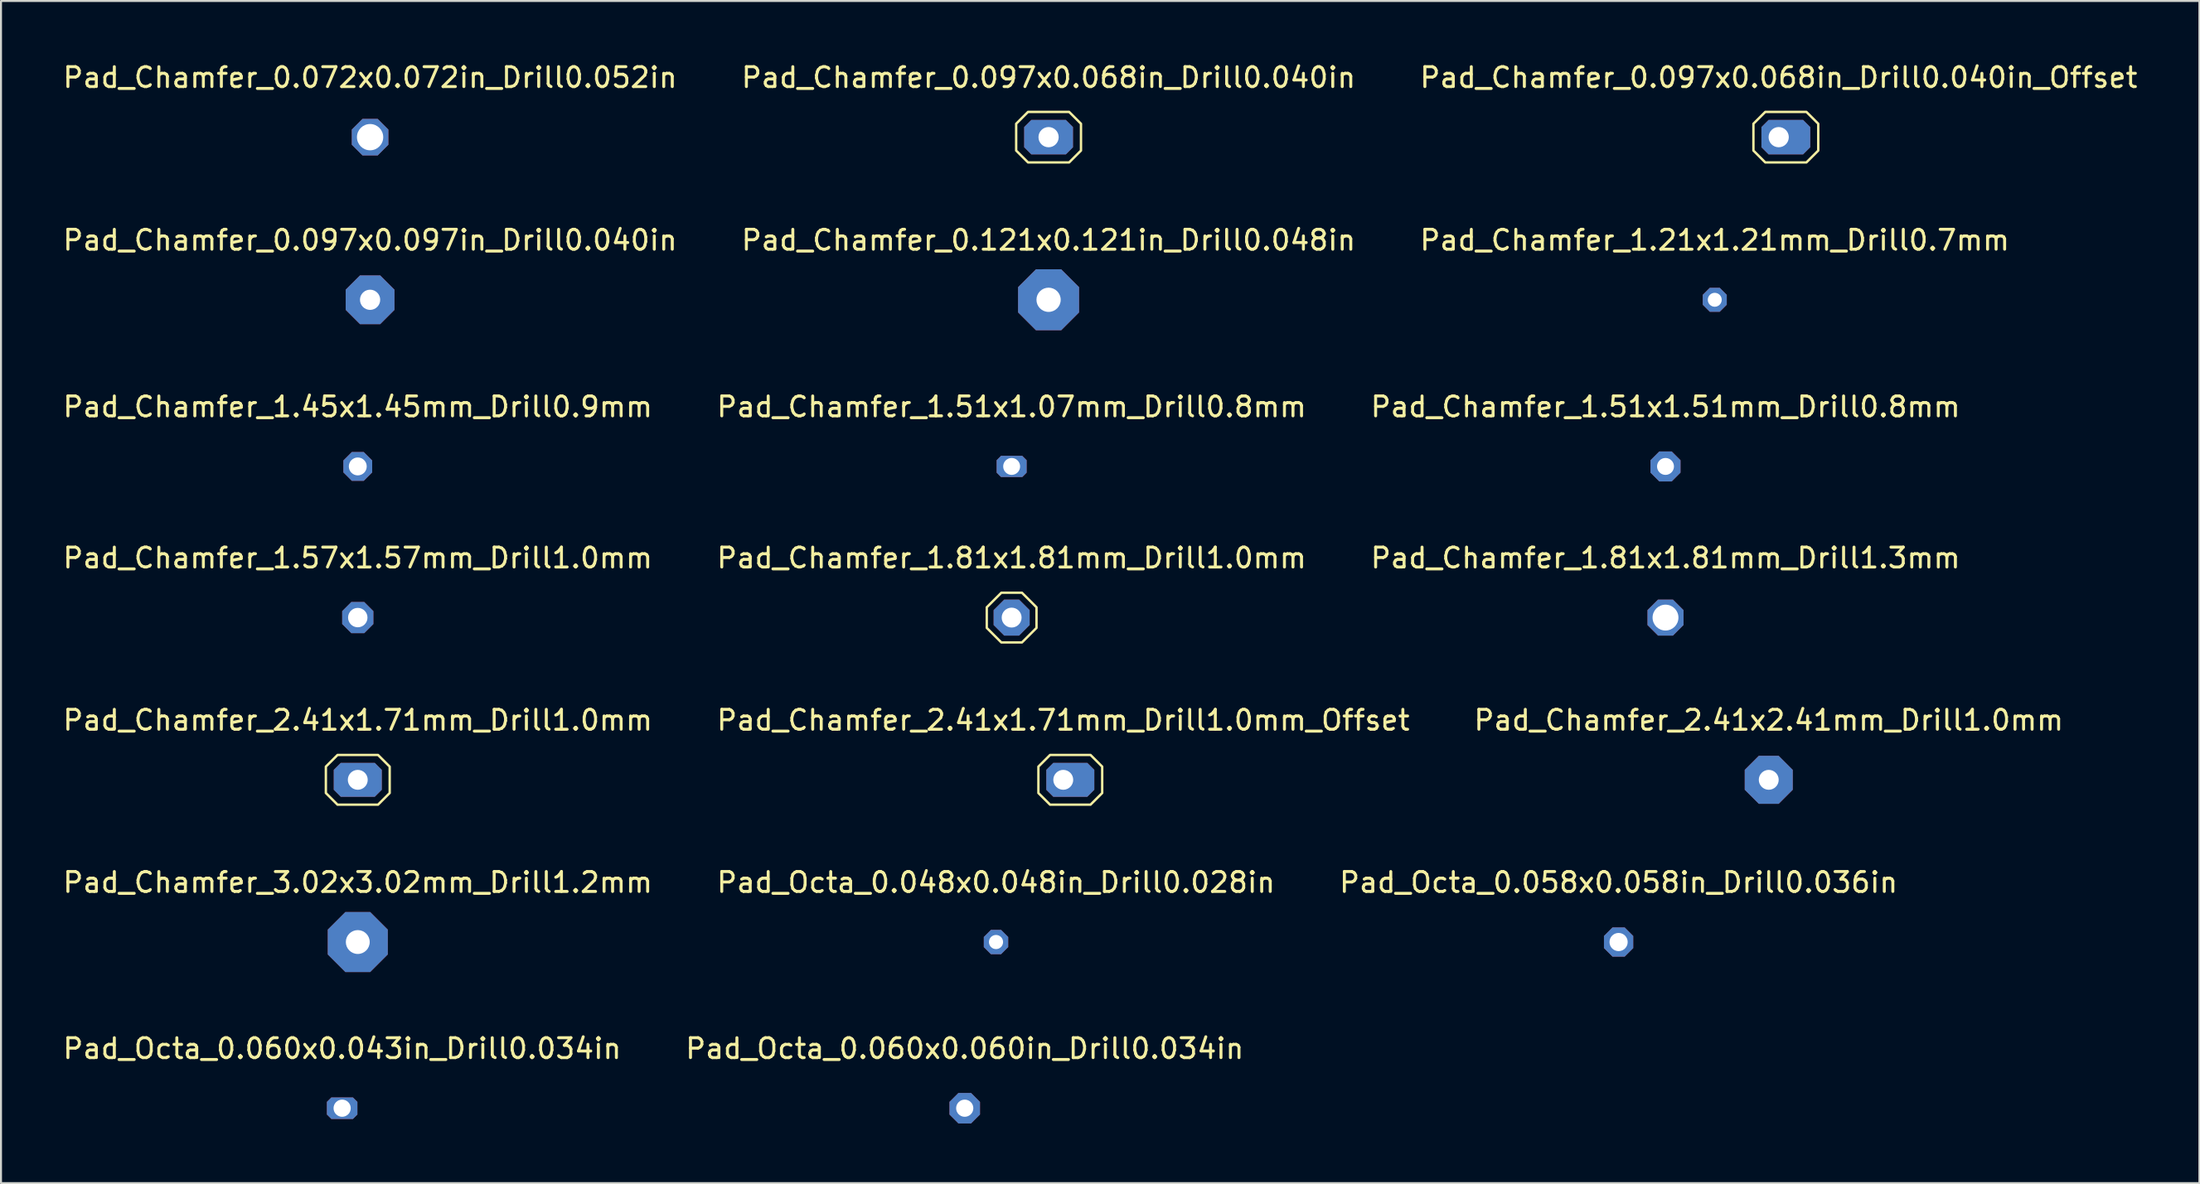
<source format=kicad_pcb>
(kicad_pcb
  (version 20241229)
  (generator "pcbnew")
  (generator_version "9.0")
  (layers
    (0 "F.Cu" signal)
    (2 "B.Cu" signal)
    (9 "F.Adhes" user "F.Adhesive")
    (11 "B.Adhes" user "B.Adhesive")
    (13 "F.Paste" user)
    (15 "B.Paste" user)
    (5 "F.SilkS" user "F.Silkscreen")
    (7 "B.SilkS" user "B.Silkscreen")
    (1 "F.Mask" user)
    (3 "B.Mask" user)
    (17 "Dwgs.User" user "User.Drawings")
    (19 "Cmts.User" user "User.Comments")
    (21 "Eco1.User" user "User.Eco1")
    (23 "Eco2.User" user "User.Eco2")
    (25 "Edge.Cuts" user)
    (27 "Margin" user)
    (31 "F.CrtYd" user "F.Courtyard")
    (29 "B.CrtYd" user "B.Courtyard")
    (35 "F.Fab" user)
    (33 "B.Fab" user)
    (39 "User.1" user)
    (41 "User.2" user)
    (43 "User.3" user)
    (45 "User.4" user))
  (footprint "Pad_Chamfer_0.072x0.072in_Drill0.052in"
    (layer "F.Cu")
    (at 15.554 3.848)
    (property "Reference" "Pad_Chamfer_0.072x0.072in_Drill0.052in" (at 0 -3 0) (layer "F.SilkS") (effects (font (size 1 1) (thickness 0.15))))
    (attr exclude_from_pos_files exclude_from_bom)
    (pad "1" thru_hole roundrect (at 0 0) (size 1.84 1.84) (drill 1.321) (layers "*.Cu" "*.Mask") (roundrect_rratio 0) (chamfer_ratio 0.293) (chamfer top_left top_right bottom_left bottom_right)))
  (footprint "Pad_Chamfer_2.41x1.71mm_Drill1.0mm"
    (layer "F.Cu")
    (at 14.935 36.169)
    (property "Reference" "Pad_Chamfer_2.41x1.71mm_Drill1.0mm" (at 0 -3 0) (layer "F.SilkS") (effects (font (size 1 1) (thickness 0.15))))
    (attr exclude_from_pos_files exclude_from_bom)
    (fp_poly (pts (xy 1.604 0.664) (xy 1.018 1.25) (xy -1.018 1.25) (xy -1.604 0.664) (xy -1.604 -0.664) (xy -1.018 -1.25) (xy 1.018 -1.25) (xy 1.604 -0.664)) (stroke (width 0.12) (type solid)) (fill no) (layer "F.SilkS"))
    (pad "1" connect circle (at -0.354 0) (size 1 1) (layers "F.Cu"))
    (pad "1" connect circle (at -0.354 0) (size 1 1) (layers "B.Cu"))
    (pad "1" thru_hole roundrect (at 0 0) (size 2.414 1.707) (drill 1) (layers "*.Cu" "*.Mask") (roundrect_rratio 0) (chamfer_ratio 0.207) (chamfer top_left top_right bottom_left bottom_right))
    (pad "1" connect circle (at 0.354 0) (size 1 1) (layers "F.Cu"))
    (pad "1" connect circle (at 0.354 0) (size 1 1) (layers "B.Cu")))
  (footprint "Pad_Chamfer_1.57x1.57mm_Drill1.0mm"
    (layer "F.Cu")
    (at 14.935 28.01)
    (property "Reference" "Pad_Chamfer_1.57x1.57mm_Drill1.0mm" (at 0 -3 0) (layer "F.SilkS") (effects (font (size 1 1) (thickness 0.15))))
    (attr exclude_from_pos_files exclude_from_bom)
    (pad "1" thru_hole roundrect (at 0 0) (size 1.569 1.569) (drill 0.975) (layers "*.Cu" "*.Mask") (roundrect_rratio 0) (chamfer_ratio 0.293) (chamfer top_left top_right bottom_left bottom_right)))
  (footprint "Pad_Chamfer_0.097x0.097in_Drill0.040in"
    (layer "F.Cu")
    (at 15.554 12.027)
    (property "Reference" "Pad_Chamfer_0.097x0.097in_Drill0.040in" (at 0 -3 0) (layer "F.SilkS") (effects (font (size 1 1) (thickness 0.15))))
    (attr exclude_from_pos_files exclude_from_bom)
    (pad "1" thru_hole roundrect (at 0 0) (size 2.453 2.453) (drill 1.016) (layers "*.Cu" "*.Mask") (roundrect_rratio 0) (chamfer_ratio 0.293) (chamfer top_left top_right bottom_left bottom_right)))
  (footprint "Pad_Chamfer_1.51x1.07mm_Drill0.8mm"
    (layer "F.Cu")
    (at 47.804 20.408)
    (property "Reference" "Pad_Chamfer_1.51x1.07mm_Drill0.8mm" (at 0 -3 0) (layer "F.SilkS") (effects (font (size 1 1) (thickness 0.15))))
    (attr exclude_from_pos_files exclude_from_bom)
    (pad "1" connect circle (at -0.221 0) (size 0.85 0.85) (layers "F.Cu"))
    (pad "1" connect circle (at -0.221 0) (size 0.85 0.85) (layers "B.Cu"))
    (pad "1" thru_hole roundrect (at 0 0) (size 1.509 1.067) (drill 0.85) (layers "*.Cu" "*.Mask") (roundrect_rratio 0) (chamfer_ratio 0.207) (chamfer top_left top_right bottom_left bottom_right))
    (pad "1" connect circle (at 0.221 0) (size 0.85 0.85) (layers "F.Cu"))
    (pad "1" connect circle (at 0.221 0) (size 0.85 0.85) (layers "B.Cu")))
  (footprint "Pad_Chamfer_1.51x1.51mm_Drill0.8mm"
    (layer "F.Cu")
    (at 80.673 20.408)
    (property "Reference" "Pad_Chamfer_1.51x1.51mm_Drill0.8mm" (at 0 -3 0) (layer "F.SilkS") (effects (font (size 1 1) (thickness 0.15))))
    (attr exclude_from_pos_files exclude_from_bom)
    (pad "1" thru_hole roundrect (at 0 0) (size 1.509 1.509) (drill 0.85) (layers "*.Cu" "*.Mask") (roundrect_rratio 0) (chamfer_ratio 0.293) (chamfer top_left top_right bottom_left bottom_right)))
  (footprint "Pad_Chamfer_1.81x1.81mm_Drill1.0mm"
    (layer "F.Cu")
    (at 47.804 28.01)
    (property "Reference" "Pad_Chamfer_1.81x1.81mm_Drill1.0mm" (at 0 -3 0) (layer "F.SilkS") (effects (font (size 1 1) (thickness 0.15))))
    (attr exclude_from_pos_files exclude_from_bom)
    (fp_poly (pts (xy 1.25 0.518) (xy 0.518 1.25) (xy -0.518 1.25) (xy -1.25 0.518) (xy -1.25 -0.518) (xy -0.518 -1.25) (xy 0.518 -1.25) (xy 1.25 -0.518)) (stroke (width 0.12) (type solid)) (fill no) (layer "F.SilkS"))
    (pad "1" thru_hole roundrect (at 0 0) (size 1.811 1.811) (drill 1) (layers "*.Cu" "*.Mask") (roundrect_rratio 0) (chamfer_ratio 0.293) (chamfer top_left top_right bottom_left bottom_right)))
  (footprint "Pad_Chamfer_1.21x1.21mm_Drill0.7mm"
    (layer "F.Cu")
    (at 83.149 12.027)
    (property "Reference" "Pad_Chamfer_1.21x1.21mm_Drill0.7mm" (at 0 -3 0) (layer "F.SilkS") (effects (font (size 1 1) (thickness 0.15))))
    (attr exclude_from_pos_files exclude_from_bom)
    (pad "1" thru_hole roundrect (at 0 0) (size 1.207 1.207) (drill 0.7) (layers "*.Cu" "*.Mask") (roundrect_rratio 0) (chamfer_ratio 0.293) (chamfer top_left top_right bottom_left bottom_right)))
  (footprint "Pad_Chamfer_0.121x0.121in_Drill0.048in"
    (layer "F.Cu")
    (at 49.661 12.027)
    (property "Reference" "Pad_Chamfer_0.121x0.121in_Drill0.048in" (at 0 -3 0) (layer "F.SilkS") (effects (font (size 1 1) (thickness 0.15))))
    (attr exclude_from_pos_files exclude_from_bom)
    (pad "1" thru_hole roundrect (at 0 0) (size 3.066 3.066) (drill 1.219) (layers "*.Cu" "*.Mask") (roundrect_rratio 0) (chamfer_ratio 0.293) (chamfer top_left top_right bottom_left bottom_right)))
  (footprint "Pad_Octa_0.058x0.058in_Drill0.036in"
    (layer "F.Cu")
    (at 78.315 44.327)
    (property "Reference" "Pad_Octa_0.058x0.058in_Drill0.036in" (at 0 -3 0) (layer "F.SilkS") (effects (font (size 1 1) (thickness 0.15))))
    (attr exclude_from_pos_files exclude_from_bom)
    (pad "1" thru_hole custom (at 0 0) (size 1.472 1.472) (drill 0.914) (layers "*.Cu" "*.Mask") (options (anchor circle)) (primitives (gr_poly (pts (xy 0.736 0.305) (xy 0.305 0.736) (xy -0.305 0.736) (xy -0.736 0.305) (xy -0.736 -0.305) (xy -0.305 -0.736) (xy 0.305 -0.736) (xy 0.736 -0.305)) (width 0) (fill yes)))))
  (footprint "Pad_Octa_0.060x0.043in_Drill0.034in"
    (layer "F.Cu")
    (at 14.149 52.684)
    (property "Reference" "Pad_Octa_0.060x0.043in_Drill0.034in" (at 0 -3 0) (layer "F.SilkS") (effects (font (size 1 1) (thickness 0.15))))
    (attr exclude_from_pos_files exclude_from_bom)
    (pad "1" connect circle (at -0.225 0) (size 0.864 0.864) (layers "F.Cu"))
    (pad "1" connect circle (at -0.225 0) (size 0.864 0.864) (layers "B.Cu"))
    (pad "1" thru_hole custom (at 0 0) (size 1.084 1.084) (drill 0.864) (layers "*.Cu" "*.Mask") (options (anchor circle)) (primitives (gr_poly (pts (xy 0.767 0.318) (xy 0.542 0.542) (xy -0.542 0.542) (xy -0.767 0.318) (xy -0.767 -0.318) (xy -0.542 -0.542) (xy 0.542 -0.542) (xy 0.767 -0.318)) (width 0) (fill yes))))
    (pad "1" connect circle (at 0.225 0) (size 0.864 0.864) (layers "F.Cu"))
    (pad "1" connect circle (at 0.225 0) (size 0.864 0.864) (layers "B.Cu")))
  (footprint "Pad_Chamfer_0.097x0.068in_Drill0.040in"
    (layer "F.Cu")
    (at 49.661 3.848)
    (property "Reference" "Pad_Chamfer_0.097x0.068in_Drill0.040in" (at 0 -3 0) (layer "F.SilkS") (effects (font (size 1 1) (thickness 0.15))))
    (attr exclude_from_pos_files exclude_from_bom)
    (fp_poly (pts (xy 1.629 0.675) (xy 1.034 1.27) (xy -1.034 1.27) (xy -1.629 0.675) (xy -1.629 -0.675) (xy -1.034 -1.27) (xy 1.034 -1.27) (xy 1.629 -0.675)) (stroke (width 0.12) (type solid)) (fill no) (layer "F.SilkS"))
    (pad "1" connect circle (at -0.359 0) (size 1.016 1.016) (layers "F.Cu"))
    (pad "1" connect circle (at -0.359 0) (size 1.016 1.016) (layers "B.Cu"))
    (pad "1" thru_hole roundrect (at 0 0) (size 2.453 1.734) (drill 1.016) (layers "*.Cu" "*.Mask") (roundrect_rratio 0) (chamfer_ratio 0.207) (chamfer top_left top_right bottom_left bottom_right))
    (pad "1" connect circle (at 0.359 0) (size 1.016 1.016) (layers "F.Cu"))
    (pad "1" connect circle (at 0.359 0) (size 1.016 1.016) (layers "B.Cu")))
  (footprint "Pad_Chamfer_2.41x1.71mm_Drill1.0mm_Offset"
    (layer "F.Cu")
    (at 50.399 36.169)
    (property "Reference" "Pad_Chamfer_2.41x1.71mm_Drill1.0mm_Offset" (at 0 -3 0) (layer "F.SilkS") (effects (font (size 1 1) (thickness 0.15))))
    (attr exclude_from_pos_files exclude_from_bom)
    (fp_poly (pts (xy 1.957 0.664) (xy 1.371 1.25) (xy -0.664 1.25) (xy -1.25 0.664) (xy -1.25 -0.664) (xy -0.664 -1.25) (xy 1.371 -1.25) (xy 1.957 -0.664)) (stroke (width 0.12) (type solid)) (fill no) (layer "F.SilkS"))
    (pad "1" thru_hole roundrect (at 0 0) (size 2.414 1.707) (drill 1 (offset 0.354 0)) (layers "*.Cu" "*.Mask") (roundrect_rratio 0) (chamfer_ratio 0.207) (chamfer top_left top_right bottom_left bottom_right))
    (pad "1" connect circle (at 0.354 0) (size 1 1) (layers "F.Cu"))
    (pad "1" connect circle (at 0.354 0) (size 1 1) (layers "B.Cu"))
    (pad "1" connect circle (at 0.707 0) (size 1 1) (layers "F.Cu"))
    (pad "1" connect circle (at 0.707 0) (size 1 1) (layers "B.Cu")))
  (footprint "Pad_Octa_0.060x0.060in_Drill0.034in"
    (layer "F.Cu")
    (at 45.446 52.684)
    (property "Reference" "Pad_Octa_0.060x0.060in_Drill0.034in" (at 0 -3 0) (layer "F.SilkS") (effects (font (size 1 1) (thickness 0.15))))
    (attr exclude_from_pos_files exclude_from_bom)
    (pad "1" thru_hole custom (at 0 0) (size 1.533 1.533) (drill 0.864) (layers "*.Cu" "*.Mask") (options (anchor circle)) (primitives (gr_poly (pts (xy 0.767 0.318) (xy 0.318 0.767) (xy -0.318 0.767) (xy -0.767 0.318) (xy -0.767 -0.318) (xy -0.318 -0.767) (xy 0.318 -0.767) (xy 0.767 -0.318)) (width 0) (fill yes)))))
  (footprint "Pad_Chamfer_3.02x3.02mm_Drill1.2mm"
    (layer "F.Cu")
    (at 14.935 44.327)
    (property "Reference" "Pad_Chamfer_3.02x3.02mm_Drill1.2mm" (at 0 -3 0) (layer "F.SilkS") (effects (font (size 1 1) (thickness 0.15))))
    (attr exclude_from_pos_files exclude_from_bom)
    (pad "1" thru_hole roundrect (at 0 0) (size 3.018 3.018) (drill 1.2) (layers "*.Cu" "*.Mask") (roundrect_rratio 0) (chamfer_ratio 0.293) (chamfer top_left top_right bottom_left bottom_right)))
  (footprint "Pad_Chamfer_2.41x2.41mm_Drill1.0mm"
    (layer "F.Cu")
    (at 85.863 36.169)
    (property "Reference" "Pad_Chamfer_2.41x2.41mm_Drill1.0mm" (at 0 -3 0) (layer "F.SilkS") (effects (font (size 1 1) (thickness 0.15))))
    (attr exclude_from_pos_files exclude_from_bom)
    (pad "1" thru_hole roundrect (at 0 0) (size 2.414 2.414) (drill 1) (layers "*.Cu" "*.Mask") (roundrect_rratio 0) (chamfer_ratio 0.293) (chamfer top_left top_right bottom_left bottom_right)))
  (footprint "Pad_Octa_0.048x0.048in_Drill0.028in"
    (layer "F.Cu")
    (at 47.018 44.327)
    (property "Reference" "Pad_Octa_0.048x0.048in_Drill0.028in" (at 0 -3 0) (layer "F.SilkS") (effects (font (size 1 1) (thickness 0.15))))
    (attr exclude_from_pos_files exclude_from_bom)
    (pad "1" thru_hole custom (at 0 0) (size 1.226 1.226) (drill 0.711) (layers "*.Cu" "*.Mask") (options (anchor circle)) (primitives (gr_poly (pts (xy 0.613 0.254) (xy 0.254 0.613) (xy -0.254 0.613) (xy -0.613 0.254) (xy -0.613 -0.254) (xy -0.254 -0.613) (xy 0.254 -0.613) (xy 0.613 -0.254)) (width 0) (fill yes)))))
  (footprint "Pad_Chamfer_1.45x1.45mm_Drill0.9mm"
    (layer "F.Cu")
    (at 14.935 20.408)
    (property "Reference" "Pad_Chamfer_1.45x1.45mm_Drill0.9mm" (at 0 -3 0) (layer "F.SilkS") (effects (font (size 1 1) (thickness 0.15))))
    (attr exclude_from_pos_files exclude_from_bom)
    (pad "1" thru_hole roundrect (at 0 0) (size 1.449 1.449) (drill 0.9) (layers "*.Cu" "*.Mask") (roundrect_rratio 0) (chamfer_ratio 0.293) (chamfer top_left top_right bottom_left bottom_right)))
  (footprint "Pad_Chamfer_0.097x0.068in_Drill0.040in_Offset"
    (layer "F.Cu")
    (at 86.363 3.848)
    (property "Reference" "Pad_Chamfer_0.097x0.068in_Drill0.040in_Offset" (at 0 -3 0) (layer "F.SilkS") (effects (font (size 1 1) (thickness 0.15))))
    (attr exclude_from_pos_files exclude_from_bom)
    (fp_poly (pts (xy 1.988 0.675) (xy 1.393 1.27) (xy -0.675 1.27) (xy -1.27 0.675) (xy -1.27 -0.675) (xy -0.675 -1.27) (xy 1.393 -1.27) (xy 1.988 -0.675)) (stroke (width 0.12) (type solid)) (fill no) (layer "F.SilkS"))
    (pad "1" thru_hole roundrect (at 0 0) (size 2.453 1.734) (drill 1.016 (offset 0.359 0)) (layers "*.Cu" "*.Mask") (roundrect_rratio 0) (chamfer_ratio 0.207) (chamfer top_left top_right bottom_left bottom_right))
    (pad "1" connect circle (at 0.359 0) (size 1.016 1.016) (layers "F.Cu"))
    (pad "1" connect circle (at 0.359 0) (size 1.016 1.016) (layers "B.Cu"))
    (pad "1" connect circle (at 0.718 0) (size 1.016 1.016) (layers "F.Cu"))
    (pad "1" connect circle (at 0.718 0) (size 1.016 1.016) (layers "B.Cu")))
  (footprint "Pad_Chamfer_1.81x1.81mm_Drill1.3mm"
    (layer "F.Cu")
    (at 80.673 28.01)
    (property "Reference" "Pad_Chamfer_1.81x1.81mm_Drill1.3mm" (at 0 -3 0) (layer "F.SilkS") (effects (font (size 1 1) (thickness 0.15))))
    (attr exclude_from_pos_files exclude_from_bom)
    (pad "1" thru_hole roundrect (at 0 0) (size 1.811 1.811) (drill 1.3) (layers "*.Cu" "*.Mask") (roundrect_rratio 0) (chamfer_ratio 0.293) (chamfer top_left top_right bottom_left bottom_right)))
  (gr_rect
    (start -3 -3)
    (end 107.512 56.451)
    (stroke (width 0.1) (type default))
    (fill no)
    (layer "Edge.Cuts")))
</source>
